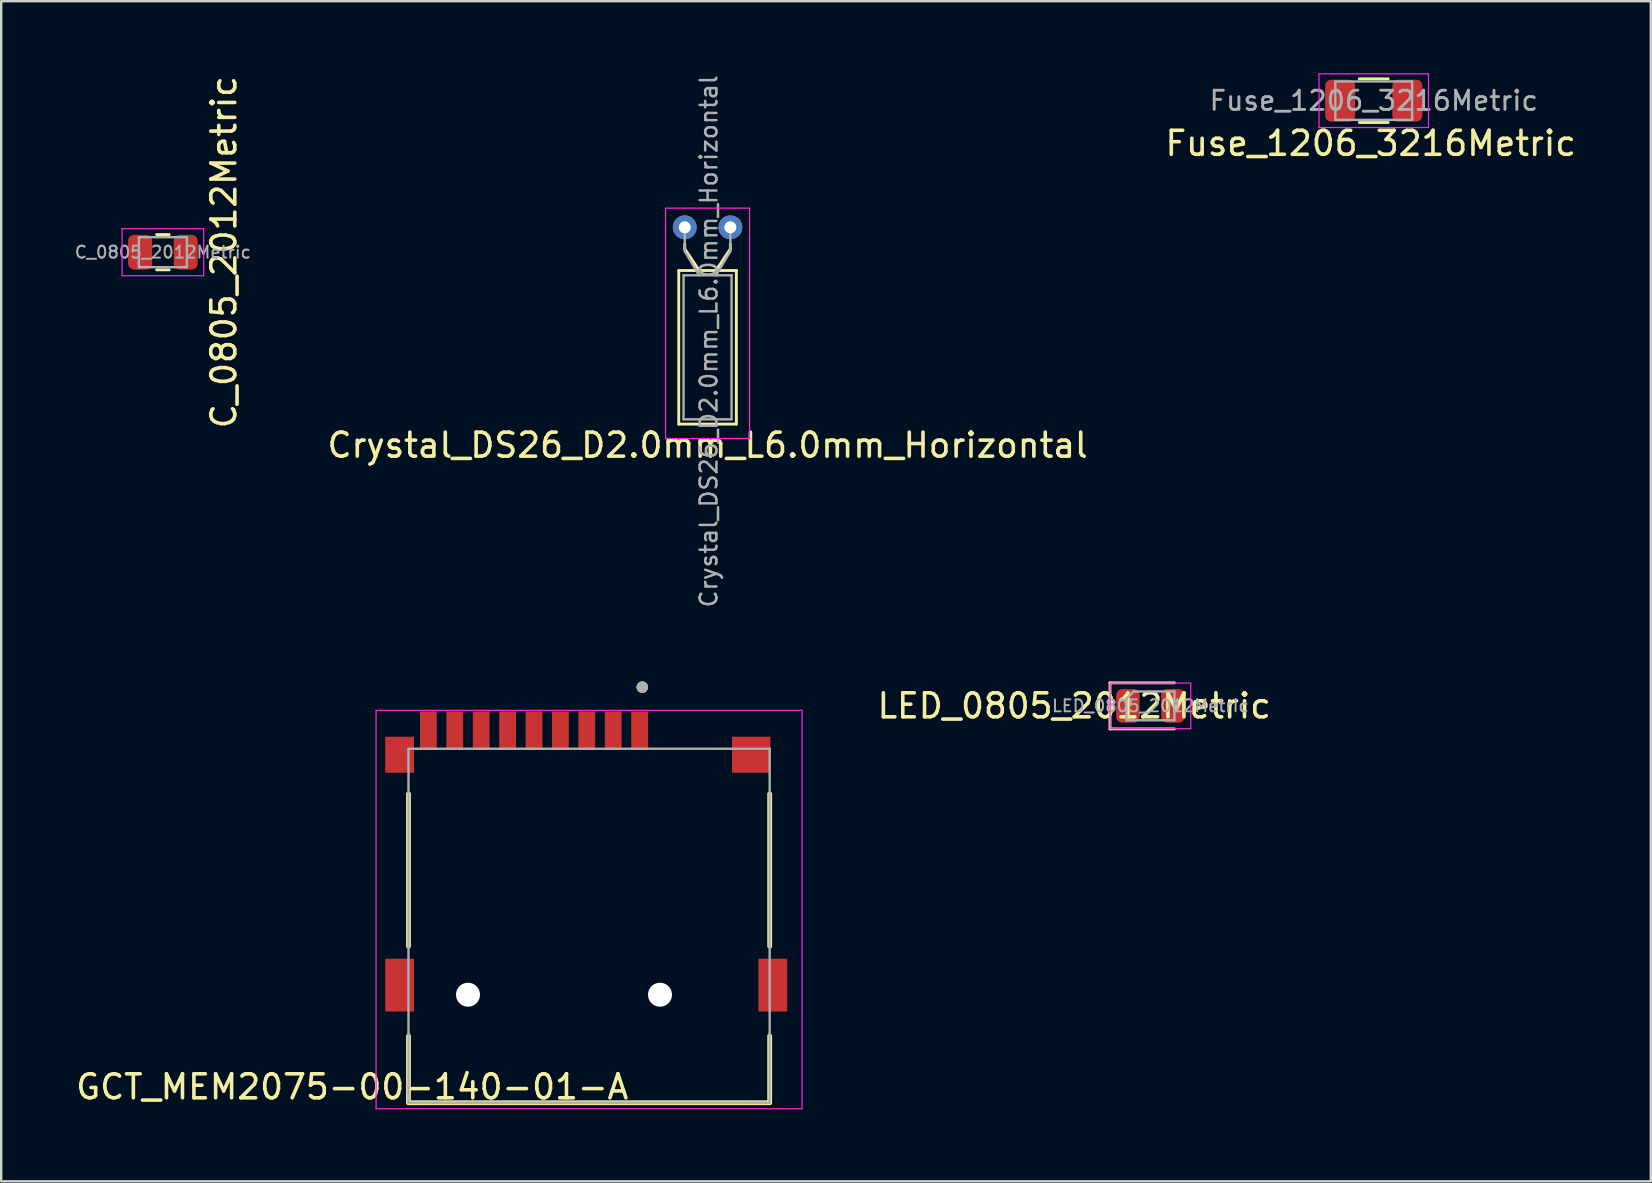
<source format=kicad_pcb>
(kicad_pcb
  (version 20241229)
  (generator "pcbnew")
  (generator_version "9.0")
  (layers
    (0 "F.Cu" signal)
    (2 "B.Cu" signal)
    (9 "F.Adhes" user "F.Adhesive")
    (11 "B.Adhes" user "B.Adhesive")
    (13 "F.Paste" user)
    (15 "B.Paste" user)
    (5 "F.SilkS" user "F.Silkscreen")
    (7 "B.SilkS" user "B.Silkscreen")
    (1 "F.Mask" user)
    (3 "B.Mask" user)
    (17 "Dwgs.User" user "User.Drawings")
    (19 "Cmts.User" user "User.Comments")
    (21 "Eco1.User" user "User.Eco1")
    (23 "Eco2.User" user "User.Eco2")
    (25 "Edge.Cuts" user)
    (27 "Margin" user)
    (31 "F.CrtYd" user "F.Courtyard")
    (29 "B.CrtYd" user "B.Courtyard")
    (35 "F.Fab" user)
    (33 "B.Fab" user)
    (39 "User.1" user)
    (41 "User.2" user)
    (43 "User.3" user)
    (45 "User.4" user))
  (footprint "LED_0805_2012Metric"
    (layer "F.Cu")
    (at 44.885 26.362)
    (property "Reference" "LED_0805_2012Metric" (at -3.175 0 0) (layer "F.SilkS") (effects (font (size 1 1) (thickness 0.15))))
    (attr smd)
    (fp_line (start -1.685 -0.96) (end -1.685 0.96) (stroke (width 0.12) (type solid)) (layer "F.SilkS"))
    (fp_line (start -1.685 0.96) (end 1 0.96) (stroke (width 0.12) (type solid)) (layer "F.SilkS"))
    (fp_line (start 1 -0.96) (end -1.685 -0.96) (stroke (width 0.12) (type solid)) (layer "F.SilkS"))
    (fp_line (start -1.68 -0.95) (end 1.68 -0.95) (stroke (width 0.05) (type solid)) (layer "F.CrtYd"))
    (fp_line (start -1.68 0.95) (end -1.68 -0.95) (stroke (width 0.05) (type solid)) (layer "F.CrtYd"))
    (fp_line (start 1.68 -0.95) (end 1.68 0.95) (stroke (width 0.05) (type solid)) (layer "F.CrtYd"))
    (fp_line (start 1.68 0.95) (end -1.68 0.95) (stroke (width 0.05) (type solid)) (layer "F.CrtYd"))
    (fp_line (start -1 -0.3) (end -1 0.6) (stroke (width 0.1) (type solid)) (layer "F.Fab"))
    (fp_line (start -1 0.6) (end 1 0.6) (stroke (width 0.1) (type solid)) (layer "F.Fab"))
    (fp_line (start -0.7 -0.6) (end -1 -0.3) (stroke (width 0.1) (type solid)) (layer "F.Fab"))
    (fp_line (start 1 -0.6) (end -0.7 -0.6) (stroke (width 0.1) (type solid)) (layer "F.Fab"))
    (fp_line (start 1 0.6) (end 1 -0.6) (stroke (width 0.1) (type solid)) (layer "F.Fab"))
    (fp_text user "${REFERENCE}" (at 0 0 0) (layer "F.Fab") (effects (font (size 0.5 0.5) (thickness 0.08))))
    (pad "1" smd roundrect (at -0.938 0) (size 0.975 1.4) (layers "F.Cu" "F.Mask" "F.Paste") (roundrect_rratio 0.25))
    (pad "2" smd roundrect (at 0.938 0) (size 0.975 1.4) (layers "F.Cu" "F.Mask" "F.Paste") (roundrect_rratio 0.25)))
  (footprint "GCT_MEM2075-00-140-01-A"
    (layer "F.Cu")
    (at 21.02 38.917)
    (property "Reference" "GCT_MEM2075-00-140-01-A" (at -9.395 3.319 180) (layer "F.SilkS") (effects (font (size 1 1) (thickness 0.15))))
    (attr through_hole)
    (fp_line (start -7.05 -2.54) (end -7.05 -8.89) (stroke (width 0.2) (type solid)) (layer "F.SilkS"))
    (fp_line (start -7.05 3.98) (end -7.05 1.2) (stroke (width 0.2) (type solid)) (layer "F.SilkS"))
    (fp_line (start -7.05 3.98) (end 8 3.98) (stroke (width 0.2) (type solid)) (layer "F.SilkS"))
    (fp_line (start 8 -2.54) (end 8 -8.89) (stroke (width 0.2) (type solid)) (layer "F.SilkS"))
    (fp_line (start 8 3.98) (end 8 1.2) (stroke (width 0.2) (type solid)) (layer "F.SilkS"))
    (fp_circle (center 2.69 -13.335) (end 2.81 -13.335) (stroke (width 0.24) (type solid)) (fill no) (layer "F.SilkS"))
    (fp_line (start -8.4 -12.37) (end 9.35 -12.37) (stroke (width 0.05) (type solid)) (layer "F.CrtYd"))
    (fp_line (start -8.4 4.23) (end -8.4 -12.37) (stroke (width 0.05) (type solid)) (layer "F.CrtYd"))
    (fp_line (start -8.4 4.23) (end 9.35 4.23) (stroke (width 0.05) (type solid)) (layer "F.CrtYd"))
    (fp_line (start 9.35 -12.37) (end 9.35 4.23) (stroke (width 0.05) (type solid)) (layer "F.CrtYd"))
    (fp_line (start -7.05 -10.77) (end 8 -10.77) (stroke (width 0.1) (type solid)) (layer "F.Fab"))
    (fp_line (start -7.05 3.98) (end -7.05 -10.77) (stroke (width 0.1) (type solid)) (layer "F.Fab"))
    (fp_line (start -7.05 3.98) (end 8 3.98) (stroke (width 0.1) (type solid)) (layer "F.Fab"))
    (fp_line (start 8 3.98) (end 8 -10.77) (stroke (width 0.1) (type solid)) (layer "F.Fab"))
    (fp_circle (center 2.69 -13.335) (end 2.81 -13.335) (stroke (width 0.24) (type solid)) (fill no) (layer "F.Fab"))
    (pad "" np_thru_hole circle (at -4.57 -0.52) (size 1 1) (drill 1) (layers "*.Cu" "*.Mask"))
    (pad "" np_thru_hole circle (at 3.43 -0.52) (size 1 1) (drill 1) (layers "*.Cu" "*.Mask"))
    (pad "1" smd rect (at 2.58 -11.52) (size 0.7 1.6) (layers "F.Cu" "F.Mask" "F.Paste"))
    (pad "2" smd rect (at 1.48 -11.52) (size 0.7 1.6) (layers "F.Cu" "F.Mask" "F.Paste"))
    (pad "3" smd rect (at 0.38 -11.52) (size 0.7 1.6) (layers "F.Cu" "F.Mask" "F.Paste"))
    (pad "4" smd rect (at -0.72 -11.52) (size 0.7 1.6) (layers "F.Cu" "F.Mask" "F.Paste"))
    (pad "5" smd rect (at -1.82 -11.52) (size 0.7 1.6) (layers "F.Cu" "F.Mask" "F.Paste"))
    (pad "6" smd rect (at -2.92 -11.52) (size 0.7 1.6) (layers "F.Cu" "F.Mask" "F.Paste"))
    (pad "7" smd rect (at -4.02 -11.52) (size 0.7 1.6) (layers "F.Cu" "F.Mask" "F.Paste"))
    (pad "8" smd rect (at -5.12 -11.52) (size 0.7 1.6) (layers "F.Cu" "F.Mask" "F.Paste"))
    (pad "10" smd rect (at -7.42 -10.52) (size 1.2 1.5) (layers "F.Cu" "F.Mask" "F.Paste"))
    (pad "11" smd rect (at -7.42 -0.92) (size 1.2 2.2) (layers "F.Cu" "F.Mask" "F.Paste"))
    (pad "12" smd rect (at 8.13 -0.92) (size 1.2 2.2) (layers "F.Cu" "F.Mask" "F.Paste"))
    (pad "13" smd rect (at 7.23 -10.52) (size 1.6 1.5) (layers "F.Cu" "F.Mask" "F.Paste"))
    (pad "CD" smd rect (at -6.22 -11.52) (size 0.7 1.6) (layers "F.Cu" "F.Mask" "F.Paste")))
  (footprint "C_0805_2012Metric"
    (layer "F.Cu")
    (at 3.737 7.458)
    (property "Reference" "C_0805_2012Metric" (at 2.54 0 90) (layer "F.SilkS") (effects (font (size 1 1) (thickness 0.15))))
    (attr smd)
    (fp_line (start -0.261 -0.735) (end 0.261 -0.735) (stroke (width 0.12) (type solid)) (layer "F.SilkS"))
    (fp_line (start -0.261 0.735) (end 0.261 0.735) (stroke (width 0.12) (type solid)) (layer "F.SilkS"))
    (fp_line (start -1.7 -0.98) (end 1.7 -0.98) (stroke (width 0.05) (type solid)) (layer "F.CrtYd"))
    (fp_line (start -1.7 0.98) (end -1.7 -0.98) (stroke (width 0.05) (type solid)) (layer "F.CrtYd"))
    (fp_line (start 1.7 -0.98) (end 1.7 0.98) (stroke (width 0.05) (type solid)) (layer "F.CrtYd"))
    (fp_line (start 1.7 0.98) (end -1.7 0.98) (stroke (width 0.05) (type solid)) (layer "F.CrtYd"))
    (fp_line (start -1 -0.625) (end 1 -0.625) (stroke (width 0.1) (type solid)) (layer "F.Fab"))
    (fp_line (start -1 0.625) (end -1 -0.625) (stroke (width 0.1) (type solid)) (layer "F.Fab"))
    (fp_line (start 1 -0.625) (end 1 0.625) (stroke (width 0.1) (type solid)) (layer "F.Fab"))
    (fp_line (start 1 0.625) (end -1 0.625) (stroke (width 0.1) (type solid)) (layer "F.Fab"))
    (fp_text user "${REFERENCE}" (at 0 0 0) (layer "F.Fab") (effects (font (size 0.5 0.5) (thickness 0.08))))
    (pad "1" smd roundrect (at -0.95 0) (size 1 1.45) (layers "F.Cu" "F.Mask" "F.Paste") (roundrect_rratio 0.25))
    (pad "2" smd roundrect (at 0.95 0) (size 1 1.45) (layers "F.Cu" "F.Mask" "F.Paste") (roundrect_rratio 0.25)))
  (footprint "Crystal_DS26_D2.0mm_L6.0mm_Horizontal"
    (layer "F.Cu")
    (at 25.482 6.421)
    (property "Reference" "Crystal_DS26_D2.0mm_L6.0mm_Horizontal" (at 0.95 9.08 180) (layer "F.SilkS") (effects (font (size 1 1) (thickness 0.15))))
    (attr through_hole)
    (fp_line (start -0.25 1.8) (end -0.25 8.2) (stroke (width 0.12) (type solid)) (layer "F.SilkS"))
    (fp_line (start -0.25 8.2) (end 2.15 8.2) (stroke (width 0.12) (type solid)) (layer "F.SilkS"))
    (fp_line (start 0 0.9) (end 0 0.7) (stroke (width 0.12) (type solid)) (layer "F.SilkS"))
    (fp_line (start 0.6 1.8) (end 0 0.9) (stroke (width 0.12) (type solid)) (layer "F.SilkS"))
    (fp_line (start 1.3 1.8) (end 1.9 0.9) (stroke (width 0.12) (type solid)) (layer "F.SilkS"))
    (fp_line (start 1.9 0.9) (end 1.9 0.7) (stroke (width 0.12) (type solid)) (layer "F.SilkS"))
    (fp_line (start 2.15 1.8) (end -0.25 1.8) (stroke (width 0.12) (type solid)) (layer "F.SilkS"))
    (fp_line (start 2.15 8.2) (end 2.15 1.8) (stroke (width 0.12) (type solid)) (layer "F.SilkS"))
    (fp_line (start -0.8 -0.8) (end -0.8 8.8) (stroke (width 0.05) (type solid)) (layer "F.CrtYd"))
    (fp_line (start -0.8 8.8) (end 2.7 8.8) (stroke (width 0.05) (type solid)) (layer "F.CrtYd"))
    (fp_line (start 2.7 -0.8) (end -0.8 -0.8) (stroke (width 0.05) (type solid)) (layer "F.CrtYd"))
    (fp_line (start 2.7 8.8) (end 2.7 -0.8) (stroke (width 0.05) (type solid)) (layer "F.CrtYd"))
    (fp_line (start -0.05 2) (end -0.05 8) (stroke (width 0.1) (type solid)) (layer "F.Fab"))
    (fp_line (start -0.05 8) (end 1.95 8) (stroke (width 0.1) (type solid)) (layer "F.Fab"))
    (fp_line (start 0 1) (end 0 0) (stroke (width 0.1) (type solid)) (layer "F.Fab"))
    (fp_line (start 0.6 2) (end 0 1) (stroke (width 0.1) (type solid)) (layer "F.Fab"))
    (fp_line (start 1.3 2) (end 1.9 1) (stroke (width 0.1) (type solid)) (layer "F.Fab"))
    (fp_line (start 1.9 1) (end 1.9 0) (stroke (width 0.1) (type solid)) (layer "F.Fab"))
    (fp_line (start 1.95 2) (end -0.05 2) (stroke (width 0.1) (type solid)) (layer "F.Fab"))
    (fp_line (start 1.95 8) (end 1.95 2) (stroke (width 0.1) (type solid)) (layer "F.Fab"))
    (fp_text user "${REFERENCE}" (at 1 4.75 270) (layer "F.Fab") (effects (font (size 0.7 0.7) (thickness 0.105))))
    (pad "1" thru_hole circle (at 0 0) (size 1 1) (drill 0.5) (layers "*.Cu" "*.Mask"))
    (pad "2" thru_hole circle (at 1.9 0) (size 1 1) (drill 0.5) (layers "*.Cu" "*.Mask")))
  (footprint "Fuse_1206_3216Metric"
    (layer "F.Cu")
    (at 54.19 1.145)
    (property "Reference" "Fuse_1206_3216Metric" (at -0.127 1.778 0) (layer "F.SilkS") (effects (font (size 1 1) (thickness 0.15))))
    (attr smd)
    (fp_line (start -0.602 -0.91) (end 0.602 -0.91) (stroke (width 0.12) (type solid)) (layer "F.SilkS"))
    (fp_line (start -0.602 0.91) (end 0.602 0.91) (stroke (width 0.12) (type solid)) (layer "F.SilkS"))
    (fp_line (start -2.28 -1.12) (end 2.28 -1.12) (stroke (width 0.05) (type solid)) (layer "F.CrtYd"))
    (fp_line (start -2.28 1.12) (end -2.28 -1.12) (stroke (width 0.05) (type solid)) (layer "F.CrtYd"))
    (fp_line (start 2.28 -1.12) (end 2.28 1.12) (stroke (width 0.05) (type solid)) (layer "F.CrtYd"))
    (fp_line (start 2.28 1.12) (end -2.28 1.12) (stroke (width 0.05) (type solid)) (layer "F.CrtYd"))
    (fp_line (start -1.6 -0.8) (end 1.6 -0.8) (stroke (width 0.1) (type solid)) (layer "F.Fab"))
    (fp_line (start -1.6 0.8) (end -1.6 -0.8) (stroke (width 0.1) (type solid)) (layer "F.Fab"))
    (fp_line (start 1.6 -0.8) (end 1.6 0.8) (stroke (width 0.1) (type solid)) (layer "F.Fab"))
    (fp_line (start 1.6 0.8) (end -1.6 0.8) (stroke (width 0.1) (type solid)) (layer "F.Fab"))
    (fp_text user "${REFERENCE}" (at 0 0 0) (layer "F.Fab") (effects (font (size 0.8 0.8) (thickness 0.12))))
    (pad "1" smd roundrect (at -1.4 0) (size 1.25 1.75) (layers "F.Cu" "F.Mask" "F.Paste") (roundrect_rratio 0.2))
    (pad "2" smd roundrect (at 1.4 0) (size 1.25 1.75) (layers "F.Cu" "F.Mask" "F.Paste") (roundrect_rratio 0.2)))
  (gr_rect
    (start -3 -3)
    (end 65.735 46.172)
    (stroke (width 0.1) (type default))
    (fill no)
    (layer "Edge.Cuts")))
</source>
